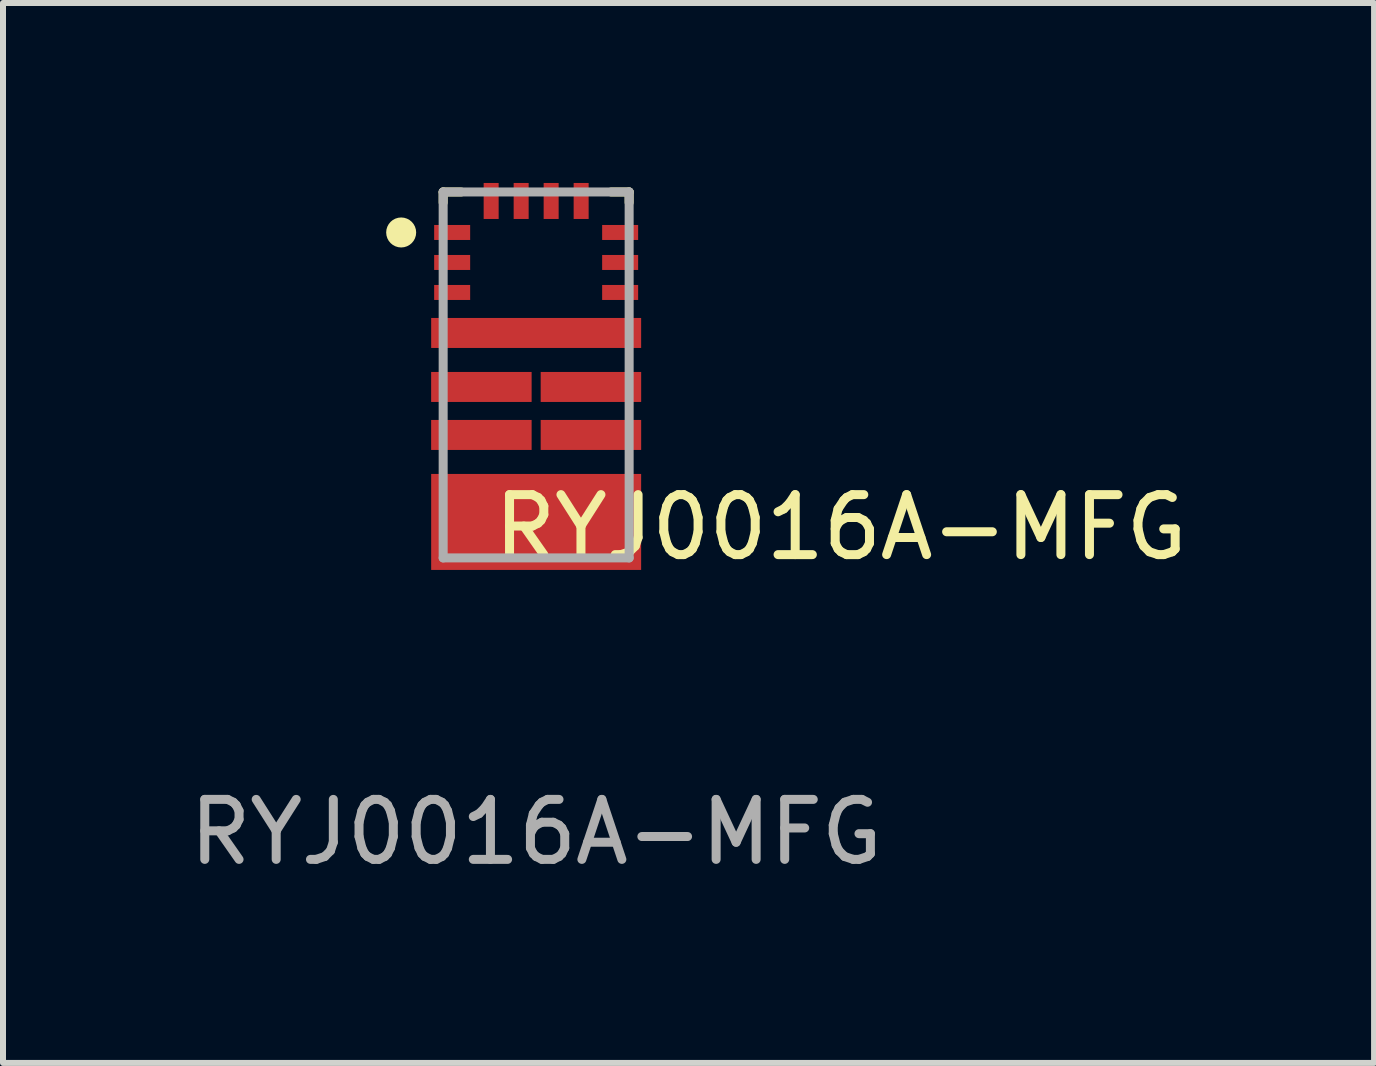
<source format=kicad_pcb>
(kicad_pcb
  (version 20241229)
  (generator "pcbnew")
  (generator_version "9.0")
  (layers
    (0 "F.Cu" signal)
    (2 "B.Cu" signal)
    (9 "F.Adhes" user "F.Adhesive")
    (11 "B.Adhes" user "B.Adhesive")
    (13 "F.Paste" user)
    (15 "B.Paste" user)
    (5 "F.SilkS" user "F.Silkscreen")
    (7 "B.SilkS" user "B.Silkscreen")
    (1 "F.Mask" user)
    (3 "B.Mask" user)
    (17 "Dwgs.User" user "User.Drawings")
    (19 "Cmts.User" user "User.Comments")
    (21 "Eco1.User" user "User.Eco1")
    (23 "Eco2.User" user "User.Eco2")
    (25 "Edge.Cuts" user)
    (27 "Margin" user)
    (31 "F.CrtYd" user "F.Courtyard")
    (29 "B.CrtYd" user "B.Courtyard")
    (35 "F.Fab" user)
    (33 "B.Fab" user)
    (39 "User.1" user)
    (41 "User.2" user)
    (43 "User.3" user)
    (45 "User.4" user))
  (footprint "RYJ0016A-MFG"
    (layer "F.Cu")
    (at 5.887 3.2)
    (property "Reference" "RYJ0016A-MFG" (at 5.08 2.54 0) (unlocked yes) (layer "F.SilkS") (effects (font (size 1 1) (thickness 0.15))))
    (attr smd)
    (fp_poly (pts (xy -1.7 0.125) (xy -1.651 0.075) (xy -1.351 0.075) (xy -1.351 0) (xy -0.176 0) (xy -0.125 0.05) (xy -0.125 0.35) (xy -0.175 0.4) (xy -1.351 0.4) (xy -1.351 0.325) (xy -1.651 0.325) (xy -1.7 0.275)) (stroke (width 0) (type solid)) (fill yes) (layer "F.Mask"))
    (fp_poly (pts (xy -1.7 0.925) (xy -1.651 0.875) (xy -1.351 0.875) (xy -1.351 0.8) (xy -0.175 0.8) (xy -0.125 0.85) (xy -0.125 1.15) (xy -0.175 1.2) (xy -1.351 1.2) (xy -1.351 1.125) (xy -1.651 1.125) (xy -1.7 1.075)) (stroke (width 0) (type solid)) (fill yes) (layer "F.Mask"))
    (fp_poly (pts (xy 1.7 0.125) (xy 1.651 0.075) (xy 1.351 0.075) (xy 1.351 0) (xy 0.176 0) (xy 0.125 0.05) (xy 0.125 0.35) (xy 0.175 0.4) (xy 1.351 0.4) (xy 1.351 0.325) (xy 1.651 0.325) (xy 1.7 0.275)) (stroke (width 0) (type solid)) (fill yes) (layer "F.Mask"))
    (fp_poly (pts (xy 1.7 0.925) (xy 1.651 0.875) (xy 1.351 0.875) (xy 1.351 0.8) (xy 0.175 0.8) (xy 0.125 0.85) (xy 0.125 1.15) (xy 0.175 1.2) (xy 1.351 1.2) (xy 1.351 1.125) (xy 1.651 1.125) (xy 1.7 1.075)) (stroke (width 0) (type solid)) (fill yes) (layer "F.Mask"))
    (fp_poly (pts (xy -1.7 -0.775) (xy -1.65 -0.825) (xy -1.35 -0.825) (xy -1.35 -0.9) (xy 1.35 -0.9) (xy 1.35 -0.825) (xy 1.65 -0.825) (xy 1.7 -0.775) (xy 1.7 -0.625) (xy 1.65 -0.575) (xy 1.35 -0.575) (xy 1.35 -0.5) (xy -1.35 -0.5) (xy -1.35 -0.575) (xy -1.65 -0.575) (xy -1.7 -0.625)) (stroke (width 0) (type solid)) (fill yes) (layer "F.Mask"))
    (fp_poly (pts (xy -1.7 1.825) (xy -1.65 1.775) (xy -1.35 1.775) (xy -1.35 1.7) (xy 1.35 1.7) (xy 1.35 1.775) (xy 1.65 1.775) (xy 1.7 1.825) (xy 1.7 1.975) (xy 1.65 2.025) (xy 1.35 2.025) (xy 1.35 2.1) (xy 0.875 2.1) (xy 0.875 3.15) (xy 0.825 3.2) (xy 0.675 3.2) (xy 0.625 3.15) (xy 0.625 2.1) (xy 0.375 2.1) (xy 0.375 3.15) (xy 0.325 3.2) (xy 0.175 3.2) (xy 0.125 3.15) (xy 0.125 2.1) (xy -0.125 2.1) (xy -0.125 3.15) (xy -0.175 3.2) (xy -0.325 3.2) (xy -0.375 3.15) (xy -0.375 2.1) (xy -0.625 2.1) (xy -0.625 3.15) (xy -0.675 3.2) (xy -0.825 3.2) (xy -0.875 3.15) (xy -0.875 2.1) (xy -1.35 2.1) (xy -1.35 2.025) (xy -1.65 2.025) (xy -1.7 1.975)) (stroke (width 0) (type solid)) (fill yes) (layer "F.Mask"))
    (fp_line (start -1.55 -3.05) (end -1.25 -3.05) (stroke (width 0.15) (type solid)) (layer "F.SilkS"))
    (fp_line (start -1.55 -2.875) (end -1.55 -3.05) (stroke (width 0.15) (type solid)) (layer "F.SilkS"))
    (fp_line (start 1.25 -3.05) (end 1.55 -3.05) (stroke (width 0.15) (type solid)) (layer "F.SilkS"))
    (fp_line (start 1.55 -2.875) (end 1.55 -3.05) (stroke (width 0.15) (type solid)) (layer "F.SilkS"))
    (fp_circle (center -2.25 -2.375) (end -2.125 -2.375) (stroke (width 0.25) (type solid)) (fill no) (layer "F.SilkS"))
    (fp_poly (pts (xy -0.875 2.35) (xy -0.825 2.3) (xy -0.675 2.3) (xy -0.625 2.35) (xy -0.625 3.15) (xy -0.675 3.2) (xy -0.825 3.2) (xy -0.875 3.15)) (stroke (width 0) (type solid)) (fill yes) (layer "F.Paste"))
    (fp_poly (pts (xy -0.325 2.3) (xy -0.175 2.3) (xy -0.125 2.35) (xy -0.125 3.15) (xy -0.175 3.2) (xy -0.325 3.2) (xy -0.375 3.15) (xy -0.375 2.35)) (stroke (width 0) (type solid)) (fill yes) (layer "F.Paste"))
    (fp_poly (pts (xy 0.125 2.35) (xy 0.175 2.3) (xy 0.325 2.3) (xy 0.375 2.35) (xy 0.375 3.15) (xy 0.325 3.2) (xy 0.175 3.2) (xy 0.125 3.15)) (stroke (width 0) (type solid)) (fill yes) (layer "F.Paste"))
    (fp_poly (pts (xy 0.825 2.3) (xy 0.875 2.35) (xy 0.875 3.15) (xy 0.825 3.2) (xy 0.675 3.2) (xy 0.625 3.15) (xy 0.625 2.35) (xy 0.675 2.3)) (stroke (width 0) (type solid)) (fill yes) (layer "F.Paste"))
    (fp_poly (pts (xy -1.7 -0.775) (xy -1.651 -0.825) (xy -1.351 -0.825) (xy -1.351 -0.9) (xy -0.176 -0.9) (xy -0.125 -0.85) (xy -0.125 -0.55) (xy -0.175 -0.5) (xy -1.351 -0.5) (xy -1.351 -0.575) (xy -1.651 -0.575) (xy -1.7 -0.625)) (stroke (width 0) (type solid)) (fill yes) (layer "F.Paste"))
    (fp_poly (pts (xy -1.7 0.125) (xy -1.651 0.075) (xy -1.351 0.075) (xy -1.351 0) (xy -0.176 0) (xy -0.125 0.05) (xy -0.125 0.35) (xy -0.175 0.4) (xy -1.351 0.4) (xy -1.351 0.325) (xy -1.651 0.325) (xy -1.7 0.275)) (stroke (width 0) (type solid)) (fill yes) (layer "F.Paste"))
    (fp_poly (pts (xy -1.7 0.925) (xy -1.651 0.875) (xy -1.351 0.875) (xy -1.351 0.8) (xy -0.175 0.8) (xy -0.125 0.85) (xy -0.125 1.15) (xy -0.175 1.2) (xy -1.351 1.2) (xy -1.351 1.125) (xy -1.651 1.125) (xy -1.7 1.075)) (stroke (width 0) (type solid)) (fill yes) (layer "F.Paste"))
    (fp_poly (pts (xy -1.7 1.825) (xy -1.651 1.775) (xy -1.351 1.775) (xy -1.351 1.7) (xy -0.175 1.7) (xy -0.125 1.75) (xy -0.125 2.05) (xy -0.175 2.1) (xy -1.351 2.1) (xy -1.351 2.025) (xy -1.651 2.025) (xy -1.7 1.975)) (stroke (width 0) (type solid)) (fill yes) (layer "F.Paste"))
    (fp_poly (pts (xy 1.7 -0.775) (xy 1.651 -0.825) (xy 1.351 -0.825) (xy 1.351 -0.9) (xy 0.176 -0.9) (xy 0.125 -0.85) (xy 0.125 -0.55) (xy 0.175 -0.5) (xy 1.351 -0.5) (xy 1.351 -0.575) (xy 1.651 -0.575) (xy 1.7 -0.625)) (stroke (width 0) (type solid)) (fill yes) (layer "F.Paste"))
    (fp_poly (pts (xy 1.7 0.125) (xy 1.651 0.075) (xy 1.351 0.075) (xy 1.351 0) (xy 0.176 0) (xy 0.125 0.05) (xy 0.125 0.35) (xy 0.175 0.4) (xy 1.351 0.4) (xy 1.351 0.325) (xy 1.651 0.325) (xy 1.7 0.275)) (stroke (width 0) (type solid)) (fill yes) (layer "F.Paste"))
    (fp_poly (pts (xy 1.7 0.925) (xy 1.651 0.875) (xy 1.351 0.875) (xy 1.351 0.8) (xy 0.175 0.8) (xy 0.125 0.85) (xy 0.125 1.15) (xy 0.175 1.2) (xy 1.351 1.2) (xy 1.351 1.125) (xy 1.651 1.125) (xy 1.7 1.075)) (stroke (width 0) (type solid)) (fill yes) (layer "F.Paste"))
    (fp_poly (pts (xy 1.7 1.825) (xy 1.651 1.775) (xy 1.351 1.775) (xy 1.351 1.7) (xy 0.176 1.7) (xy 0.125 1.75) (xy 0.125 2.05) (xy 0.175 2.1) (xy 1.351 2.1) (xy 1.351 2.025) (xy 1.651 2.025) (xy 1.7 1.975)) (stroke (width 0) (type solid)) (fill yes) (layer "F.Paste"))
    (fp_line (start -1.55 -3.05) (end 1.55 -3.05) (stroke (width 0.15) (type solid)) (layer "F.Fab"))
    (fp_line (start -1.55 3.05) (end -1.55 -3.05) (stroke (width 0.15) (type solid)) (layer "F.Fab"))
    (fp_line (start -1.55 3.05) (end 1.55 3.05) (stroke (width 0.15) (type solid)) (layer "F.Fab"))
    (fp_line (start 1.55 3.05) (end 1.55 -3.05) (stroke (width 0.15) (type solid)) (layer "F.Fab"))
    (fp_text user "${REFERENCE}" (at 0 7.62 0) (unlocked yes) (layer "F.Fab") (effects (font (size 1 1) (thickness 0.15))))
    (pad "1" smd rect (at -1.4 -2.375 90) (size 0.25 0.6) (layers "F.Cu" "F.Mask" "F.Paste"))
    (pad "2" smd rect (at -1.4 -1.875 90) (size 0.25 0.6) (layers "F.Cu" "F.Mask" "F.Paste"))
    (pad "3" smd rect (at -1.4 -1.375 90) (size 0.25 0.6) (layers "F.Cu" "F.Mask" "F.Paste"))
    (pad "4" smd rect (at 0 -0.7) (size 3.5 0.5) (layers "F.Cu"))
    (pad "5" smd rect (at -0.913 0.2) (size 1.675 0.5) (layers "F.Cu"))
    (pad "6" smd rect (at -0.913 1) (size 1.675 0.5) (layers "F.Cu"))
    (pad "7" smd rect (at 0 2.45) (size 3.5 1.6) (layers "F.Cu"))
    (pad "8" smd rect (at 0.913 1) (size 1.675 0.5) (layers "F.Cu"))
    (pad "9" smd rect (at 0.913 0.2) (size 1.675 0.5) (layers "F.Cu"))
    (pad "10" smd rect (at 1.4 -1.375 90) (size 0.25 0.6) (layers "F.Cu" "F.Mask" "F.Paste"))
    (pad "11" smd rect (at 1.4 -1.875 90) (size 0.25 0.6) (layers "F.Cu" "F.Mask" "F.Paste"))
    (pad "12" smd rect (at 1.4 -2.375 90) (size 0.25 0.6) (layers "F.Cu" "F.Mask" "F.Paste"))
    (pad "13" smd rect (at 0.75 -2.9) (size 0.25 0.6) (layers "F.Cu" "F.Mask" "F.Paste"))
    (pad "14" smd rect (at 0.25 -2.9) (size 0.25 0.6) (layers "F.Cu" "F.Mask" "F.Paste"))
    (pad "15" smd rect (at -0.25 -2.9) (size 0.25 0.6) (layers "F.Cu" "F.Mask" "F.Paste"))
    (pad "16" smd rect (at -0.75 -2.9) (size 0.25 0.6) (layers "F.Cu" "F.Mask" "F.Paste")))
  (gr_rect
    (start -3 -3)
    (end 19.854 14.668)
    (stroke (width 0.1) (type default))
    (fill no)
    (layer "Edge.Cuts")))
</source>
